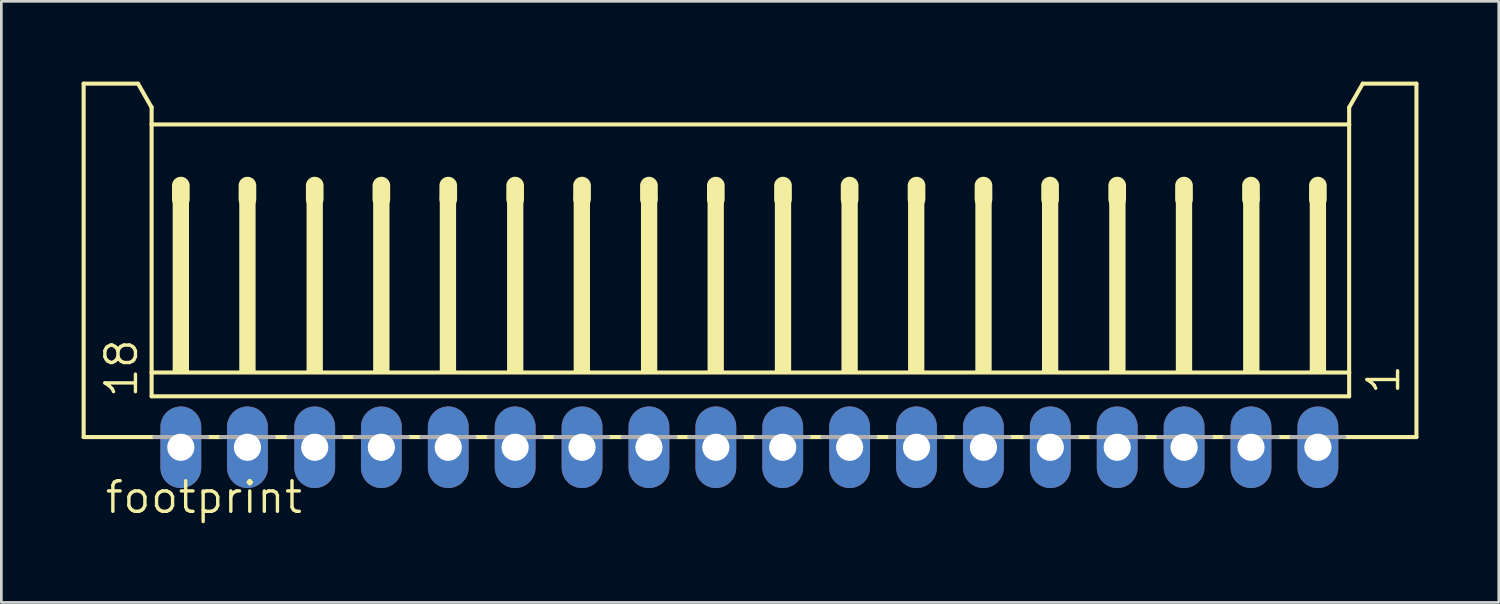
<source format=kicad_pcb>
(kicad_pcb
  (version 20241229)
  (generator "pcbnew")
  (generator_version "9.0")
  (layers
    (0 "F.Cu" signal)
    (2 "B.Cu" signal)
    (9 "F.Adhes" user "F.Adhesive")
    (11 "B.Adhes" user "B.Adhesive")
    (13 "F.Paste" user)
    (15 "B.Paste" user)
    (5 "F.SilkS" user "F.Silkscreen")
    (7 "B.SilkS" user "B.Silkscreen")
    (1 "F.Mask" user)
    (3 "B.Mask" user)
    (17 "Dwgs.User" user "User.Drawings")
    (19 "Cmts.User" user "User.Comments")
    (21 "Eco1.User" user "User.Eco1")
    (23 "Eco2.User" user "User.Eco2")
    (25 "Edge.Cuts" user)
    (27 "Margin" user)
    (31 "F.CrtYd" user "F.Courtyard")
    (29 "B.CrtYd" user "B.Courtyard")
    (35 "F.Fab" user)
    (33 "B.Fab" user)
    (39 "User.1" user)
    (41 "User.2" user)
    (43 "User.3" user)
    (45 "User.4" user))
  (footprint "footprint"
    (layer "F.Cu")
    (at 24.952 7.415)
    (property "Reference" "footprint" (at -24.14 8.79 0) (layer "F.SilkS") (effects (font (size 1.143 1.143) (thickness 0.127)) (justify left bottom)))
    (fp_line (start -24.876 -7.339) (end -22.844 -7.339) (stroke (width 0.152) (type solid)) (layer "F.SilkS"))
    (fp_line (start -24.876 5.869) (end -24.876 -7.339) (stroke (width 0.152) (type solid)) (layer "F.SilkS"))
    (fp_line (start -22.844 -7.339) (end -22.336 -6.45) (stroke (width 0.152) (type solid)) (layer "F.SilkS"))
    (fp_line (start -22.336 -6.45) (end -22.336 -5.815) (stroke (width 0.152) (type solid)) (layer "F.SilkS"))
    (fp_line (start -22.336 -5.815) (end -22.336 3.456) (stroke (width 0.152) (type solid)) (layer "F.SilkS"))
    (fp_line (start -22.336 3.456) (end -22.336 4.345) (stroke (width 0.152) (type solid)) (layer "F.SilkS"))
    (fp_line (start -22.26 5.869) (end -24.876 5.869) (stroke (width 0.152) (type solid)) (layer "F.SilkS"))
    (fp_line (start -21.244 -3.529) (end -21.244 -3.021) (stroke (width 0.66) (type solid)) (layer "F.SilkS"))
    (fp_line (start -19.746 5.869) (end -20.254 5.869) (stroke (width 0.152) (type solid)) (layer "F.SilkS"))
    (fp_line (start -18.755 -3.529) (end -18.755 -3.021) (stroke (width 0.66) (type solid)) (layer "F.SilkS"))
    (fp_line (start -17.231 5.869) (end -17.739 5.869) (stroke (width 0.152) (type solid)) (layer "F.SilkS"))
    (fp_line (start -16.24 -3.529) (end -16.24 -3.021) (stroke (width 0.66) (type solid)) (layer "F.SilkS"))
    (fp_line (start -14.716 5.869) (end -15.224 5.869) (stroke (width 0.152) (type solid)) (layer "F.SilkS"))
    (fp_line (start -13.75 -3.529) (end -13.75 -3.021) (stroke (width 0.66) (type solid)) (layer "F.SilkS"))
    (fp_line (start -12.227 5.869) (end -12.735 5.869) (stroke (width 0.152) (type solid)) (layer "F.SilkS"))
    (fp_line (start -11.25 -3.529) (end -11.25 -3.021) (stroke (width 0.66) (type solid)) (layer "F.SilkS"))
    (fp_line (start -9.738 5.869) (end -10.246 5.869) (stroke (width 0.152) (type solid)) (layer "F.SilkS"))
    (fp_line (start -8.75 -3.529) (end -8.75 -3.021) (stroke (width 0.66) (type solid)) (layer "F.SilkS"))
    (fp_line (start -7.249 5.869) (end -7.757 5.869) (stroke (width 0.152) (type solid)) (layer "F.SilkS"))
    (fp_line (start -6.25 -3.529) (end -6.25 -3.021) (stroke (width 0.66) (type solid)) (layer "F.SilkS"))
    (fp_line (start -4.76 5.869) (end -5.268 5.869) (stroke (width 0.152) (type solid)) (layer "F.SilkS"))
    (fp_line (start -3.75 -3.529) (end -3.75 -3.021) (stroke (width 0.66) (type solid)) (layer "F.SilkS"))
    (fp_line (start -2.245 5.869) (end -2.753 5.869) (stroke (width 0.152) (type solid)) (layer "F.SilkS"))
    (fp_line (start -1.25 -3.529) (end -1.25 -3.021) (stroke (width 0.66) (type solid)) (layer "F.SilkS"))
    (fp_line (start 0.244 5.869) (end -0.264 5.869) (stroke (width 0.152) (type solid)) (layer "F.SilkS"))
    (fp_line (start 1.26 -3.529) (end 1.26 -3.021) (stroke (width 0.66) (type solid)) (layer "F.SilkS"))
    (fp_line (start 2.733 5.869) (end 2.225 5.869) (stroke (width 0.152) (type solid)) (layer "F.SilkS"))
    (fp_line (start 3.749 -3.529) (end 3.749 -3.021) (stroke (width 0.66) (type solid)) (layer "F.SilkS"))
    (fp_line (start 5.248 5.869) (end 4.715 5.869) (stroke (width 0.152) (type solid)) (layer "F.SilkS"))
    (fp_line (start 6.25 -3.529) (end 6.25 -3.021) (stroke (width 0.66) (type solid)) (layer "F.SilkS"))
    (fp_line (start 7.737 5.869) (end 7.229 5.869) (stroke (width 0.152) (type solid)) (layer "F.SilkS"))
    (fp_line (start 8.753 -3.529) (end 8.753 -3.021) (stroke (width 0.66) (type solid)) (layer "F.SilkS"))
    (fp_line (start 10.303 5.869) (end 9.718 5.869) (stroke (width 0.152) (type solid)) (layer "F.SilkS"))
    (fp_line (start 11.242 -3.529) (end 11.242 -3.021) (stroke (width 0.66) (type solid)) (layer "F.SilkS"))
    (fp_line (start 12.766 5.869) (end 12.258 5.869) (stroke (width 0.152) (type solid)) (layer "F.SilkS"))
    (fp_line (start 13.75 -3.529) (end 13.75 -3.021) (stroke (width 0.66) (type solid)) (layer "F.SilkS"))
    (fp_line (start 15.281 5.869) (end 14.748 5.869) (stroke (width 0.152) (type solid)) (layer "F.SilkS"))
    (fp_line (start 16.246 -3.529) (end 16.246 -3.021) (stroke (width 0.66) (type solid)) (layer "F.SilkS"))
    (fp_line (start 17.77 5.869) (end 17.262 5.869) (stroke (width 0.152) (type solid)) (layer "F.SilkS"))
    (fp_line (start 18.75 -3.529) (end 18.75 -3.021) (stroke (width 0.66) (type solid)) (layer "F.SilkS"))
    (fp_line (start 20.259 5.869) (end 19.751 5.869) (stroke (width 0.152) (type solid)) (layer "F.SilkS"))
    (fp_line (start 21.25 -3.529) (end 21.25 -3.021) (stroke (width 0.66) (type solid)) (layer "F.SilkS"))
    (fp_line (start 22.418 -6.45) (end 22.418 -5.815) (stroke (width 0.152) (type solid)) (layer "F.SilkS"))
    (fp_line (start 22.418 -6.45) (end 22.926 -7.339) (stroke (width 0.152) (type solid)) (layer "F.SilkS"))
    (fp_line (start 22.418 -5.815) (end -22.336 -5.815) (stroke (width 0.152) (type solid)) (layer "F.SilkS"))
    (fp_line (start 22.418 -5.815) (end 22.418 3.456) (stroke (width 0.152) (type solid)) (layer "F.SilkS"))
    (fp_line (start 22.418 3.456) (end -22.336 3.456) (stroke (width 0.152) (type solid)) (layer "F.SilkS"))
    (fp_line (start 22.418 3.456) (end 22.418 4.345) (stroke (width 0.152) (type solid)) (layer "F.SilkS"))
    (fp_line (start 22.418 4.345) (end -22.336 4.345) (stroke (width 0.152) (type solid)) (layer "F.SilkS"))
    (fp_line (start 24.933 -7.339) (end 22.926 -7.339) (stroke (width 0.152) (type solid)) (layer "F.SilkS"))
    (fp_line (start 24.933 5.869) (end 22.241 5.869) (stroke (width 0.152) (type solid)) (layer "F.SilkS"))
    (fp_line (start 24.933 5.869) (end 24.933 -7.339) (stroke (width 0.152) (type solid)) (layer "F.SilkS"))
    (fp_poly (pts (xy -21.549 3.456) (xy -20.939 3.456) (xy -20.939 -3.148) (xy -21.549 -3.148)) (stroke (width 0) (type solid)) (fill yes) (layer "F.SilkS"))
    (fp_poly (pts (xy -19.06 3.456) (xy -18.45 3.456) (xy -18.45 -3.148) (xy -19.06 -3.148)) (stroke (width 0) (type solid)) (fill yes) (layer "F.SilkS"))
    (fp_poly (pts (xy -16.545 3.456) (xy -15.936 3.456) (xy -15.936 -3.148) (xy -16.545 -3.148)) (stroke (width 0) (type solid)) (fill yes) (layer "F.SilkS"))
    (fp_poly (pts (xy -14.056 3.456) (xy -13.446 3.456) (xy -13.446 -3.148) (xy -14.056 -3.148)) (stroke (width 0) (type solid)) (fill yes) (layer "F.SilkS"))
    (fp_poly (pts (xy -11.567 3.456) (xy -10.957 3.456) (xy -10.957 -3.148) (xy -11.567 -3.148)) (stroke (width 0) (type solid)) (fill yes) (layer "F.SilkS"))
    (fp_poly (pts (xy -9.052 3.456) (xy -8.443 3.456) (xy -8.443 -3.148) (xy -9.052 -3.148)) (stroke (width 0) (type solid)) (fill yes) (layer "F.SilkS"))
    (fp_poly (pts (xy -6.563 3.456) (xy -5.953 3.456) (xy -5.953 -3.148) (xy -6.563 -3.148)) (stroke (width 0) (type solid)) (fill yes) (layer "F.SilkS"))
    (fp_poly (pts (xy -4.048 3.456) (xy -3.439 3.456) (xy -3.439 -3.148) (xy -4.048 -3.148)) (stroke (width 0) (type solid)) (fill yes) (layer "F.SilkS"))
    (fp_poly (pts (xy -1.559 3.456) (xy -0.95 3.456) (xy -0.95 -3.148) (xy -1.559 -3.148)) (stroke (width 0) (type solid)) (fill yes) (layer "F.SilkS"))
    (fp_poly (pts (xy 0.955 3.456) (xy 1.565 3.456) (xy 1.565 -3.148) (xy 0.955 -3.148)) (stroke (width 0) (type solid)) (fill yes) (layer "F.SilkS"))
    (fp_poly (pts (xy 3.445 3.456) (xy 4.054 3.456) (xy 4.054 -3.148) (xy 3.445 -3.148)) (stroke (width 0) (type solid)) (fill yes) (layer "F.SilkS"))
    (fp_poly (pts (xy 5.934 3.456) (xy 6.543 3.456) (xy 6.543 -3.148) (xy 5.934 -3.148)) (stroke (width 0) (type solid)) (fill yes) (layer "F.SilkS"))
    (fp_poly (pts (xy 8.448 3.456) (xy 9.058 3.456) (xy 9.058 -3.148) (xy 8.448 -3.148)) (stroke (width 0) (type solid)) (fill yes) (layer "F.SilkS"))
    (fp_poly (pts (xy 10.938 3.456) (xy 11.547 3.456) (xy 11.547 -3.148) (xy 10.938 -3.148)) (stroke (width 0) (type solid)) (fill yes) (layer "F.SilkS"))
    (fp_poly (pts (xy 13.452 3.456) (xy 14.062 3.456) (xy 14.062 -3.148) (xy 13.452 -3.148)) (stroke (width 0) (type solid)) (fill yes) (layer "F.SilkS"))
    (fp_poly (pts (xy 15.941 3.456) (xy 16.551 3.456) (xy 16.551 -3.148) (xy 15.941 -3.148)) (stroke (width 0) (type solid)) (fill yes) (layer "F.SilkS"))
    (fp_poly (pts (xy 18.456 3.456) (xy 19.066 3.456) (xy 19.066 -3.148) (xy 18.456 -3.148)) (stroke (width 0) (type solid)) (fill yes) (layer "F.SilkS"))
    (fp_poly (pts (xy 20.945 3.456) (xy 21.555 3.456) (xy 21.555 -3.148) (xy 20.945 -3.148)) (stroke (width 0) (type solid)) (fill yes) (layer "F.SilkS"))
    (fp_line (start -22.235 5.869) (end -20.254 5.869) (stroke (width 0.152) (type solid)) (layer "F.Fab"))
    (fp_line (start -19.746 5.869) (end -17.764 5.869) (stroke (width 0.152) (type solid)) (layer "F.Fab"))
    (fp_line (start -17.231 5.869) (end -15.25 5.869) (stroke (width 0.152) (type solid)) (layer "F.Fab"))
    (fp_line (start -14.742 5.869) (end -12.761 5.869) (stroke (width 0.152) (type solid)) (layer "F.Fab"))
    (fp_line (start -12.253 5.869) (end -10.271 5.869) (stroke (width 0.152) (type solid)) (layer "F.Fab"))
    (fp_line (start -9.738 5.869) (end -7.757 5.869) (stroke (width 0.152) (type solid)) (layer "F.Fab"))
    (fp_line (start -7.249 5.869) (end -5.268 5.869) (stroke (width 0.152) (type solid)) (layer "F.Fab"))
    (fp_line (start -4.734 5.869) (end -2.753 5.869) (stroke (width 0.152) (type solid)) (layer "F.Fab"))
    (fp_line (start -2.245 5.869) (end -0.264 5.869) (stroke (width 0.152) (type solid)) (layer "F.Fab"))
    (fp_line (start 0.244 5.869) (end 2.225 5.869) (stroke (width 0.152) (type solid)) (layer "F.Fab"))
    (fp_line (start 2.733 5.869) (end 4.715 5.869) (stroke (width 0.152) (type solid)) (layer "F.Fab"))
    (fp_line (start 5.248 5.869) (end 7.229 5.869) (stroke (width 0.152) (type solid)) (layer "F.Fab"))
    (fp_line (start 7.737 5.869) (end 9.718 5.869) (stroke (width 0.152) (type solid)) (layer "F.Fab"))
    (fp_line (start 10.303 5.869) (end 12.258 5.869) (stroke (width 0.152) (type solid)) (layer "F.Fab"))
    (fp_line (start 12.766 5.869) (end 14.748 5.869) (stroke (width 0.152) (type solid)) (layer "F.Fab"))
    (fp_line (start 15.281 5.869) (end 17.262 5.869) (stroke (width 0.152) (type solid)) (layer "F.Fab"))
    (fp_line (start 17.77 5.869) (end 19.751 5.869) (stroke (width 0.152) (type solid)) (layer "F.Fab"))
    (fp_line (start 20.259 5.869) (end 22.241 5.869) (stroke (width 0.152) (type solid)) (layer "F.Fab"))
    (fp_poly (pts (xy -21.549 6.504) (xy -20.939 6.504) (xy -20.939 5.869) (xy -21.549 5.869)) (stroke (width 0.1) (type solid)) (fill no) (layer "F.Fab"))
    (fp_poly (pts (xy -19.06 6.504) (xy -18.45 6.504) (xy -18.45 5.869) (xy -19.06 5.869)) (stroke (width 0.1) (type solid)) (fill no) (layer "F.Fab"))
    (fp_poly (pts (xy -16.545 6.504) (xy -15.936 6.504) (xy -15.936 5.869) (xy -16.545 5.869)) (stroke (width 0.1) (type solid)) (fill no) (layer "F.Fab"))
    (fp_poly (pts (xy -14.056 6.504) (xy -13.446 6.504) (xy -13.446 5.869) (xy -14.056 5.869)) (stroke (width 0.1) (type solid)) (fill no) (layer "F.Fab"))
    (fp_poly (pts (xy -11.567 6.504) (xy -10.957 6.504) (xy -10.957 5.869) (xy -11.567 5.869)) (stroke (width 0.1) (type solid)) (fill no) (layer "F.Fab"))
    (fp_poly (pts (xy -9.052 6.504) (xy -8.443 6.504) (xy -8.443 5.869) (xy -9.052 5.869)) (stroke (width 0.1) (type solid)) (fill no) (layer "F.Fab"))
    (fp_poly (pts (xy -6.563 6.504) (xy -5.953 6.504) (xy -5.953 5.869) (xy -6.563 5.869)) (stroke (width 0.1) (type solid)) (fill no) (layer "F.Fab"))
    (fp_poly (pts (xy -4.048 6.504) (xy -3.439 6.504) (xy -3.439 5.869) (xy -4.048 5.869)) (stroke (width 0.1) (type solid)) (fill no) (layer "F.Fab"))
    (fp_poly (pts (xy -1.559 6.504) (xy -0.95 6.504) (xy -0.95 5.869) (xy -1.559 5.869)) (stroke (width 0.1) (type solid)) (fill no) (layer "F.Fab"))
    (fp_poly (pts (xy 0.955 6.504) (xy 1.565 6.504) (xy 1.565 5.869) (xy 0.955 5.869)) (stroke (width 0.1) (type solid)) (fill no) (layer "F.Fab"))
    (fp_poly (pts (xy 3.445 6.504) (xy 4.054 6.504) (xy 4.054 5.869) (xy 3.445 5.869)) (stroke (width 0.1) (type solid)) (fill no) (layer "F.Fab"))
    (fp_poly (pts (xy 5.934 6.504) (xy 6.543 6.504) (xy 6.543 5.869) (xy 5.934 5.869)) (stroke (width 0.1) (type solid)) (fill no) (layer "F.Fab"))
    (fp_poly (pts (xy 8.448 6.504) (xy 9.058 6.504) (xy 9.058 5.869) (xy 8.448 5.869)) (stroke (width 0.1) (type solid)) (fill no) (layer "F.Fab"))
    (fp_poly (pts (xy 10.938 6.504) (xy 11.547 6.504) (xy 11.547 5.869) (xy 10.938 5.869)) (stroke (width 0.1) (type solid)) (fill no) (layer "F.Fab"))
    (fp_poly (pts (xy 13.452 6.504) (xy 14.062 6.504) (xy 14.062 5.869) (xy 13.452 5.869)) (stroke (width 0.1) (type solid)) (fill no) (layer "F.Fab"))
    (fp_poly (pts (xy 15.941 6.504) (xy 16.551 6.504) (xy 16.551 5.869) (xy 15.941 5.869)) (stroke (width 0.1) (type solid)) (fill no) (layer "F.Fab"))
    (fp_poly (pts (xy 18.456 6.504) (xy 19.066 6.504) (xy 19.066 5.869) (xy 18.456 5.869)) (stroke (width 0.1) (type solid)) (fill no) (layer "F.Fab"))
    (fp_poly (pts (xy 20.945 6.504) (xy 21.555 6.504) (xy 21.555 5.869) (xy 20.945 5.869)) (stroke (width 0.1) (type solid)) (fill no) (layer "F.Fab"))
    (fp_text user "18" (at -22.794 4.472 90) (layer "F.SilkS") (effects (font (size 1.143 1.143) (thickness 0.127)) (justify left bottom)))
    (fp_text user "1" (at 24.374 4.345 90) (layer "F.SilkS") (effects (font (size 1.143 1.143) (thickness 0.127)) (justify left bottom)))
    (pad "1" thru_hole oval (at 21.25 6.25 90) (size 3.048 1.524) (drill 1.016) (layers "*.Cu" "*.Mask"))
    (pad "2" thru_hole oval (at 18.75 6.25 90) (size 3.048 1.524) (drill 1.016) (layers "*.Cu" "*.Mask"))
    (pad "3" thru_hole oval (at 16.25 6.25 90) (size 3.048 1.524) (drill 1.016) (layers "*.Cu" "*.Mask"))
    (pad "4" thru_hole oval (at 13.75 6.25 90) (size 3.048 1.524) (drill 1.016) (layers "*.Cu" "*.Mask"))
    (pad "5" thru_hole oval (at 11.25 6.25 90) (size 3.048 1.524) (drill 1.016) (layers "*.Cu" "*.Mask"))
    (pad "6" thru_hole oval (at 8.75 6.25 90) (size 3.048 1.524) (drill 1.016) (layers "*.Cu" "*.Mask"))
    (pad "7" thru_hole oval (at 6.25 6.25 90) (size 3.048 1.524) (drill 1.016) (layers "*.Cu" "*.Mask"))
    (pad "8" thru_hole oval (at 3.75 6.25 90) (size 3.048 1.524) (drill 1.016) (layers "*.Cu" "*.Mask"))
    (pad "9" thru_hole oval (at 1.25 6.25 90) (size 3.048 1.524) (drill 1.016) (layers "*.Cu" "*.Mask"))
    (pad "10" thru_hole oval (at -1.25 6.25 90) (size 3.048 1.524) (drill 1.016) (layers "*.Cu" "*.Mask"))
    (pad "11" thru_hole oval (at -3.75 6.25 90) (size 3.048 1.524) (drill 1.016) (layers "*.Cu" "*.Mask"))
    (pad "12" thru_hole oval (at -6.25 6.25 90) (size 3.048 1.524) (drill 1.016) (layers "*.Cu" "*.Mask"))
    (pad "13" thru_hole oval (at -8.75 6.25 90) (size 3.048 1.524) (drill 1.016) (layers "*.Cu" "*.Mask"))
    (pad "14" thru_hole oval (at -11.25 6.25 90) (size 3.048 1.524) (drill 1.016) (layers "*.Cu" "*.Mask"))
    (pad "15" thru_hole oval (at -13.75 6.25 90) (size 3.048 1.524) (drill 1.016) (layers "*.Cu" "*.Mask"))
    (pad "16" thru_hole oval (at -16.24 6.25 90) (size 3.048 1.524) (drill 1.016) (layers "*.Cu" "*.Mask"))
    (pad "17" thru_hole oval (at -18.755 6.25 90) (size 3.048 1.524) (drill 1.016) (layers "*.Cu" "*.Mask"))
    (pad "18" thru_hole oval (at -21.244 6.25 90) (size 3.048 1.524) (drill 1.016) (layers "*.Cu" "*.Mask")))
  (gr_rect
    (start -3 -3)
    (end 52.961 19.464)
    (stroke (width 0.1) (type default))
    (fill no)
    (layer "Edge.Cuts")))
</source>
